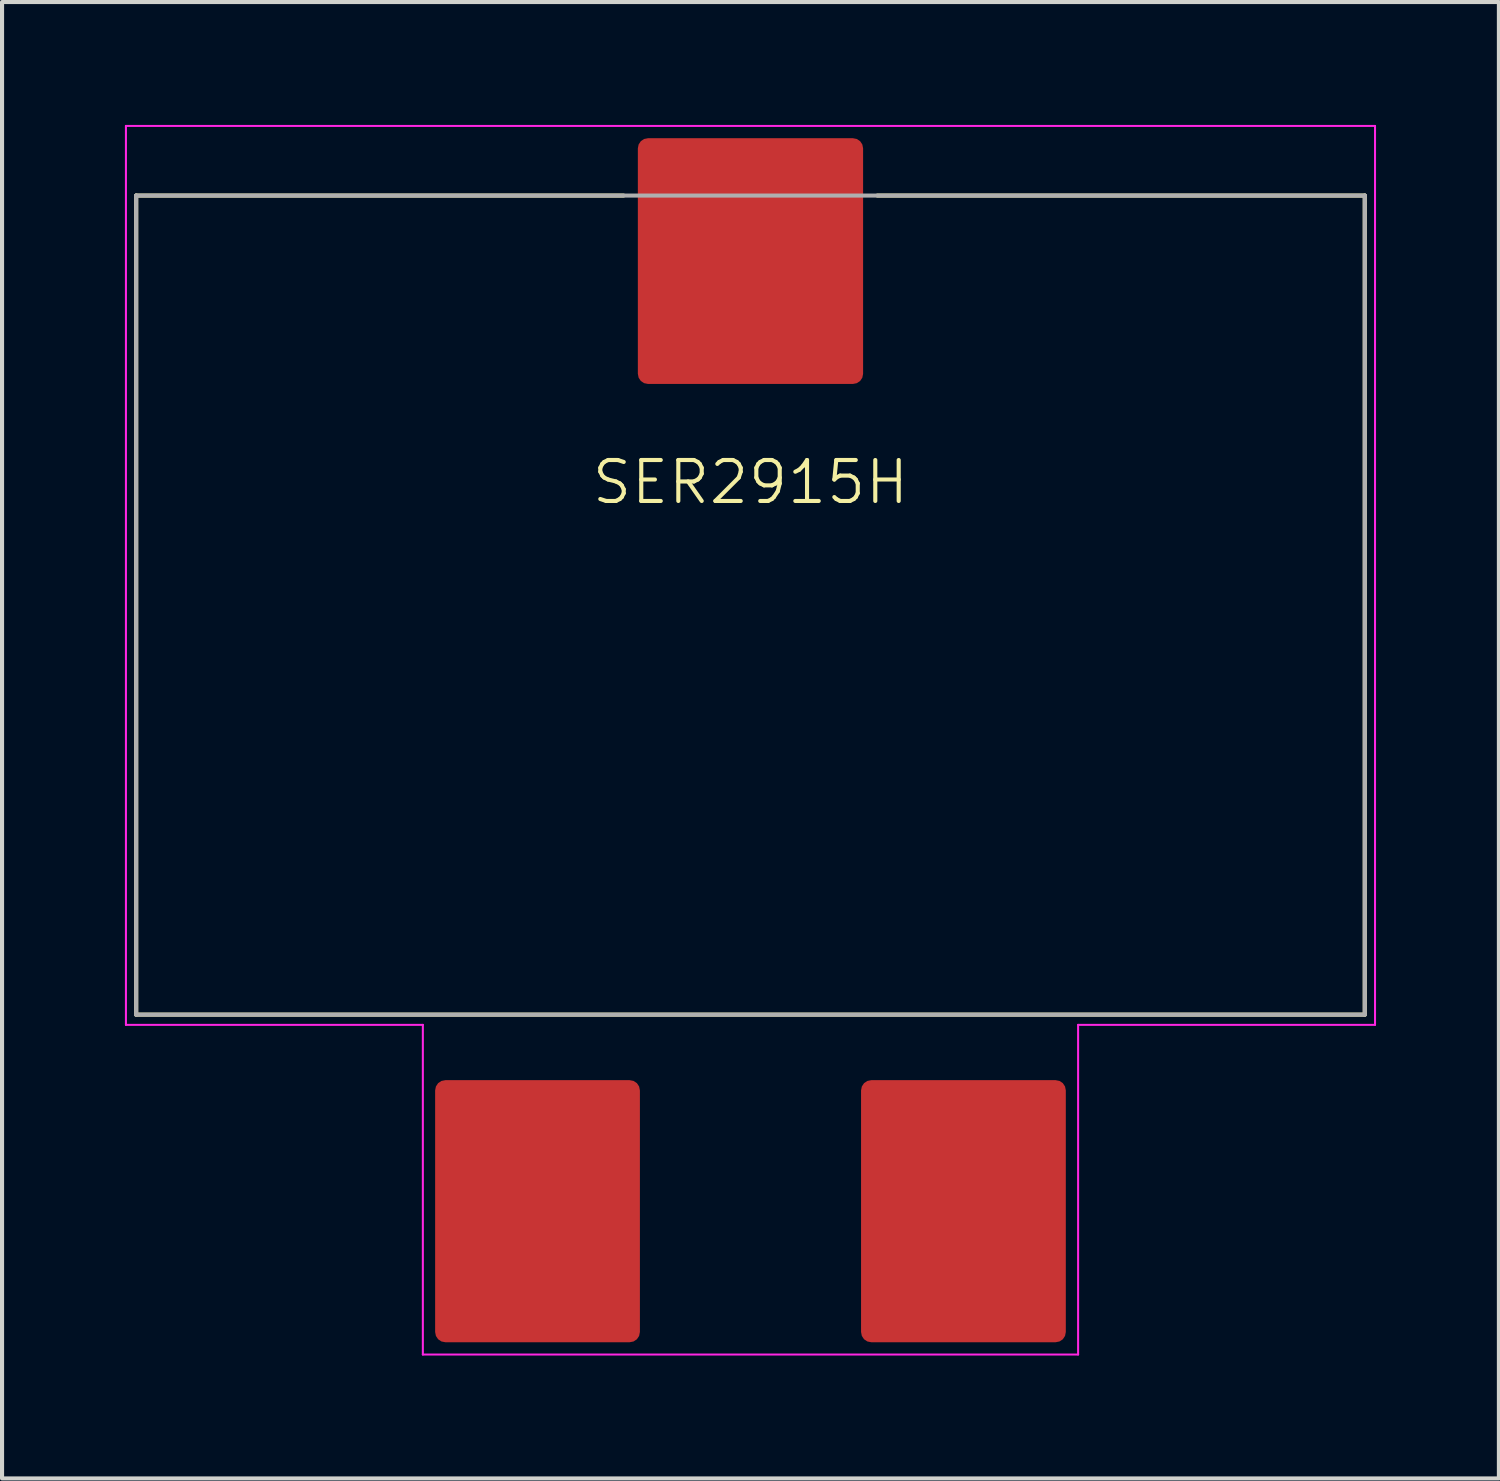
<source format=kicad_pcb>
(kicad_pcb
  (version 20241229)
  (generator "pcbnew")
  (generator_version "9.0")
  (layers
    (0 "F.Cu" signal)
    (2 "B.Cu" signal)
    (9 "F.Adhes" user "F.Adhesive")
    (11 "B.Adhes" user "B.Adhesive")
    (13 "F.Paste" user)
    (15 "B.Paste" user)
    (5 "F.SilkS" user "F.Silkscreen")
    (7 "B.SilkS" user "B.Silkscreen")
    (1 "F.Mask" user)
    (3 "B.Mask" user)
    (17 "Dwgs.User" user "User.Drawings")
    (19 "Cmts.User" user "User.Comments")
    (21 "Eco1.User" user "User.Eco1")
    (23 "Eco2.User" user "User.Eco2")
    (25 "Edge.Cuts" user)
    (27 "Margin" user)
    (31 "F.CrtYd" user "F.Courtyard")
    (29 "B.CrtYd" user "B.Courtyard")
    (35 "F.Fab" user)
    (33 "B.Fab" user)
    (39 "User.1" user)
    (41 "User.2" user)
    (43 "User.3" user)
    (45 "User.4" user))
  (footprint "SER2915H"
    (layer "F.Cu")
    (at 15.275 11.725)
    (property "Reference" "SER2915H" (at 0 -3 0) (unlocked yes) (layer "F.SilkS") (effects (font (size 1 1) (thickness 0.1))))
    (attr smd)
    (fp_line (start -15 -10) (end -15 10) (stroke (width 0.1) (type solid)) (layer "F.SilkS"))
    (fp_line (start -15 -10) (end -3.1 -10) (stroke (width 0.1) (type solid)) (layer "F.SilkS"))
    (fp_line (start 3.1 -10) (end 15 -10) (stroke (width 0.1) (type solid)) (layer "F.SilkS"))
    (fp_line (start 15 -10) (end 15 10) (stroke (width 0.1) (type solid)) (layer "F.SilkS"))
    (fp_line (start 15 10) (end -15 10) (stroke (width 0.1) (type solid)) (layer "F.SilkS"))
    (fp_line (start -15.25 10.25) (end -15.25 -11.7) (stroke (width 0.05) (type solid)) (layer "F.CrtYd"))
    (fp_line (start -15.25 10.25) (end -8 10.25) (stroke (width 0.05) (type solid)) (layer "F.CrtYd"))
    (fp_line (start -8 10.25) (end -8 18.3) (stroke (width 0.05) (type solid)) (layer "F.CrtYd"))
    (fp_line (start 8 10.25) (end 8 18.3) (stroke (width 0.05) (type solid)) (layer "F.CrtYd"))
    (fp_line (start 8 10.25) (end 15.25 10.25) (stroke (width 0.05) (type solid)) (layer "F.CrtYd"))
    (fp_line (start 8 18.3) (end -8 18.3) (stroke (width 0.05) (type solid)) (layer "F.CrtYd"))
    (fp_line (start 15.25 -11.7) (end -15.25 -11.7) (stroke (width 0.05) (type solid)) (layer "F.CrtYd"))
    (fp_line (start 15.25 -11.7) (end 15.25 10.25) (stroke (width 0.05) (type solid)) (layer "F.CrtYd"))
    (fp_line (start -15 -10) (end -15 10) (stroke (width 0.1) (type solid)) (layer "F.Fab"))
    (fp_line (start -15 10) (end 15 10) (stroke (width 0.1) (type solid)) (layer "F.Fab"))
    (fp_line (start 15 -10) (end -15 -10) (stroke (width 0.1) (type solid)) (layer "F.Fab"))
    (fp_line (start 15 10) (end 15 -10) (stroke (width 0.1) (type solid)) (layer "F.Fab"))
    (pad "1" smd roundrect (at -5.2 14.8) (size 5 6.4) (layers "F.Cu" "F.Mask" "F.Paste") (roundrect_rratio 0.05))
    (pad "2" smd roundrect (at 5.2 14.8) (size 5 6.4) (layers "F.Cu" "F.Mask" "F.Paste") (roundrect_rratio 0.05))
    (pad "3" smd roundrect (at 0 -8.4) (size 5.5 6) (layers "F.Cu" "F.Mask" "F.Paste") (roundrect_rratio 0.045)))
  (gr_rect
    (start -3 -3)
    (end 33.55 33.05)
    (stroke (width 0.1) (type default))
    (fill no)
    (layer "Edge.Cuts")))
</source>
